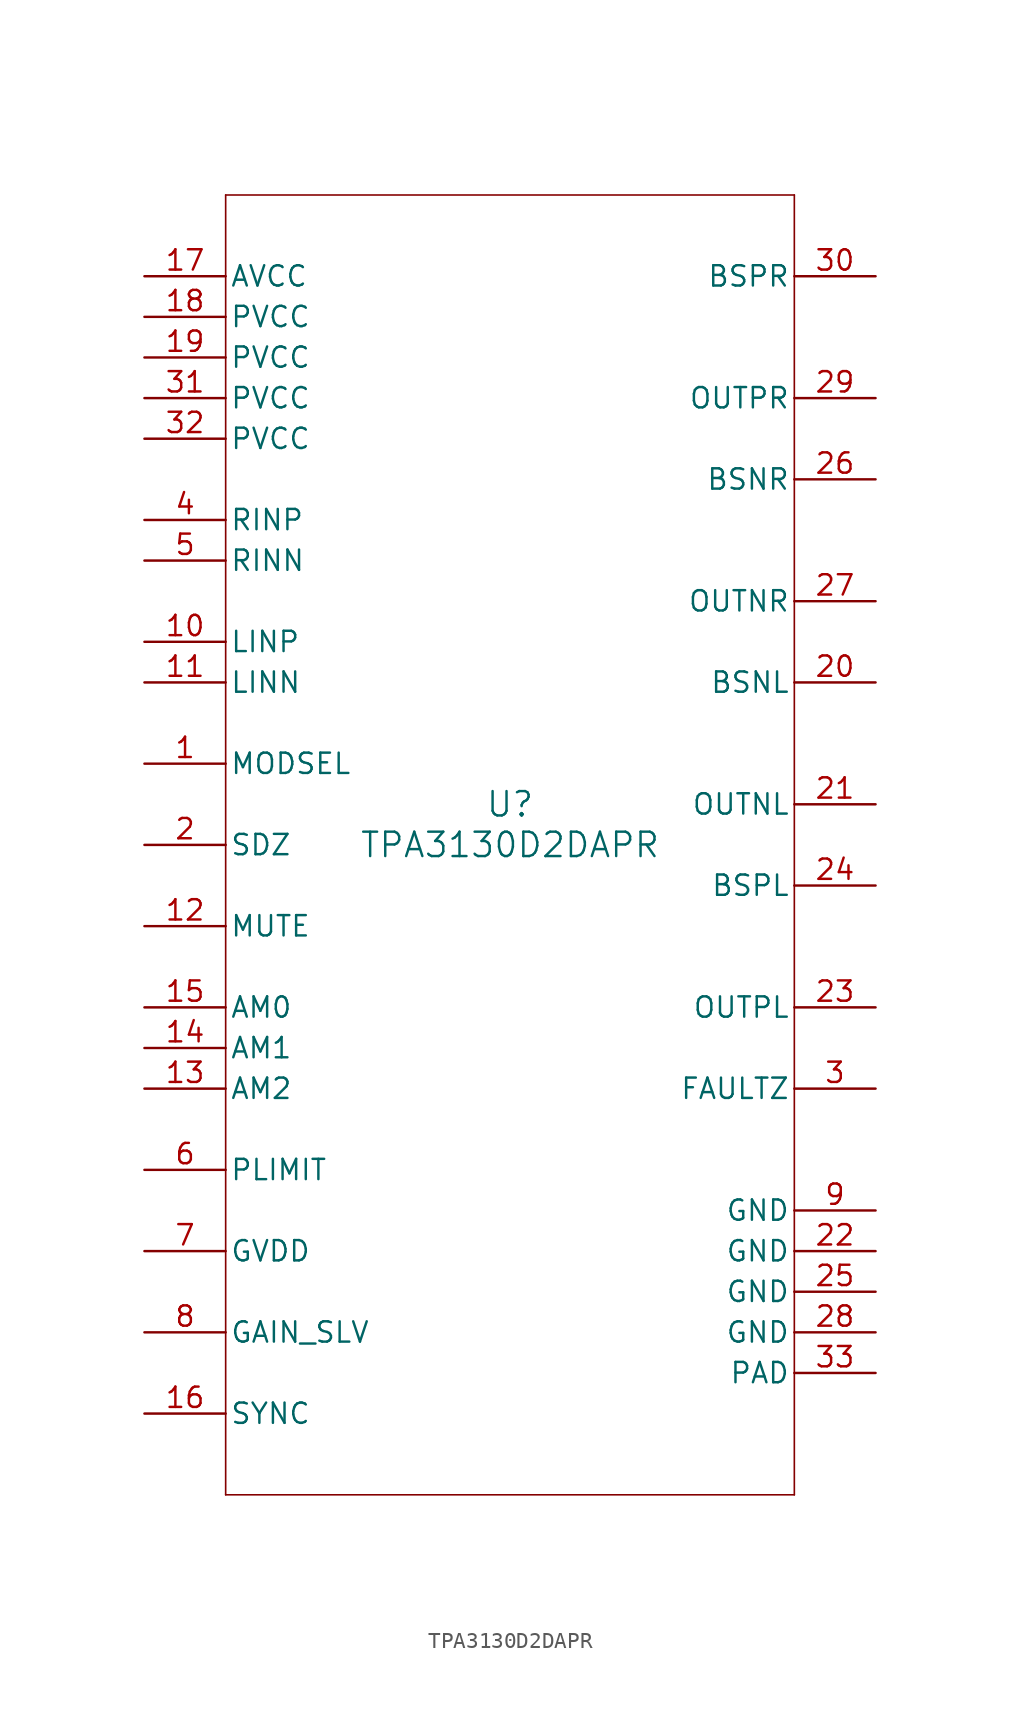
<source format=kicad_sym>
(kicad_symbol_lib
  (version 20211014)
  (generator kicad_symbol_editor)
  (symbol "TPA3130D2DAPR"
    (pin_names
      (offset 0.254))
    (property "Reference" "U"
      (at 0 2.54 0)
      (effects (font (size 1.524 1.524))))
    (property "Value" "TPA3130D2DAPR"
      (at 0 0 0)
      (effects (font (size 1.524 1.524))))
    (symbol "TPA3130D2DAPR_0_1"
      (polyline (pts (xy -17.78 -40.64) (xy 17.78 -40.64)) (stroke (width 0.102) (type default) (color 0 0 0 0)) (fill (type none)))
      (polyline (pts (xy 17.78 -40.64) (xy 17.78 40.64)) (stroke (width 0.102) (type default) (color 0 0 0 0)) (fill (type none)))
      (polyline (pts (xy 17.78 40.64) (xy -17.78 40.64)) (stroke (width 0.102) (type default) (color 0 0 0 0)) (fill (type none)))
      (polyline (pts (xy -17.78 40.64) (xy -17.78 -40.64)) (stroke (width 0.102) (type default) (color 0 0 0 0)) (fill (type none)))
      (pin input line (at -22.86 5.08 0) (length 5.08) (name "MODSEL" (effects (font (size 1.27 1.27)))) (number "1" (effects (font (size 1.27 1.27)))))
      (pin input line (at -22.86 0 0) (length 5.08) (name "SDZ" (effects (font (size 1.27 1.27)))) (number "2" (effects (font (size 1.27 1.27)))))
      (pin open_collector line (at 22.86 -15.24 180) (length 5.08) (name "FAULTZ" (effects (font (size 1.27 1.27)))) (number "3" (effects (font (size 1.27 1.27)))))
      (pin input line (at -22.86 20.32 0) (length 5.08) (name "RINP" (effects (font (size 1.27 1.27)))) (number "4" (effects (font (size 1.27 1.27)))))
      (pin input line (at -22.86 17.78 0) (length 5.08) (name "RINN" (effects (font (size 1.27 1.27)))) (number "5" (effects (font (size 1.27 1.27)))))
      (pin input line (at -22.86 -20.32 0) (length 5.08) (name "PLIMIT" (effects (font (size 1.27 1.27)))) (number "6" (effects (font (size 1.27 1.27)))))
      (pin unspecified line (at -22.86 -25.4 0) (length 5.08) (name "GVDD" (effects (font (size 1.27 1.27)))) (number "7" (effects (font (size 1.27 1.27)))))
      (pin input line (at -22.86 -30.48 0) (length 5.08) (name "GAIN_SLV" (effects (font (size 1.27 1.27)))) (number "8" (effects (font (size 1.27 1.27)))))
      (pin power_in line (at 22.86 -22.86 180) (length 5.08) (name "GND" (effects (font (size 1.27 1.27)))) (number "9" (effects (font (size 1.27 1.27)))))
      (pin input line (at -22.86 12.7 0) (length 5.08) (name "LINP" (effects (font (size 1.27 1.27)))) (number "10" (effects (font (size 1.27 1.27)))))
      (pin input line (at -22.86 10.16 0) (length 5.08) (name "LINN" (effects (font (size 1.27 1.27)))) (number "11" (effects (font (size 1.27 1.27)))))
      (pin input line (at -22.86 -5.08 0) (length 5.08) (name "MUTE" (effects (font (size 1.27 1.27)))) (number "12" (effects (font (size 1.27 1.27)))))
      (pin input line (at -22.86 -15.24 0) (length 5.08) (name "AM2" (effects (font (size 1.27 1.27)))) (number "13" (effects (font (size 1.27 1.27)))))
      (pin input line (at -22.86 -12.7 0) (length 5.08) (name "AM1" (effects (font (size 1.27 1.27)))) (number "14" (effects (font (size 1.27 1.27)))))
      (pin input line (at -22.86 -10.16 0) (length 5.08) (name "AM0" (effects (font (size 1.27 1.27)))) (number "15" (effects (font (size 1.27 1.27)))))
      (pin bidirectional line (at -22.86 -35.56 0) (length 5.08) (name "SYNC" (effects (font (size 1.27 1.27)))) (number "16" (effects (font (size 1.27 1.27)))))
      (pin power_in line (at -22.86 35.56 0) (length 5.08) (name "AVCC" (effects (font (size 1.27 1.27)))) (number "17" (effects (font (size 1.27 1.27)))))
      (pin power_in line (at -22.86 33.02 0) (length 5.08) (name "PVCC" (effects (font (size 1.27 1.27)))) (number "18" (effects (font (size 1.27 1.27)))))
      (pin power_in line (at -22.86 30.48 0) (length 5.08) (name "PVCC" (effects (font (size 1.27 1.27)))) (number "19" (effects (font (size 1.27 1.27)))))
      (pin unspecified line (at 22.86 10.16 180) (length 5.08) (name "BSNL" (effects (font (size 1.27 1.27)))) (number "20" (effects (font (size 1.27 1.27)))))
      (pin tri_state line (at 22.86 2.54 180) (length 5.08) (name "OUTNL" (effects (font (size 1.27 1.27)))) (number "21" (effects (font (size 1.27 1.27)))))
      (pin power_in line (at 22.86 -25.4 180) (length 5.08) (name "GND" (effects (font (size 1.27 1.27)))) (number "22" (effects (font (size 1.27 1.27)))))
      (pin tri_state line (at 22.86 -10.16 180) (length 5.08) (name "OUTPL" (effects (font (size 1.27 1.27)))) (number "23" (effects (font (size 1.27 1.27)))))
      (pin unspecified line (at 22.86 -2.54 180) (length 5.08) (name "BSPL" (effects (font (size 1.27 1.27)))) (number "24" (effects (font (size 1.27 1.27)))))
      (pin power_in line (at 22.86 -27.94 180) (length 5.08) (name "GND" (effects (font (size 1.27 1.27)))) (number "25" (effects (font (size 1.27 1.27)))))
      (pin unspecified line (at 22.86 22.86 180) (length 5.08) (name "BSNR" (effects (font (size 1.27 1.27)))) (number "26" (effects (font (size 1.27 1.27)))))
      (pin tri_state line (at 22.86 15.24 180) (length 5.08) (name "OUTNR" (effects (font (size 1.27 1.27)))) (number "27" (effects (font (size 1.27 1.27)))))
      (pin power_in line (at 22.86 -30.48 180) (length 5.08) (name "GND" (effects (font (size 1.27 1.27)))) (number "28" (effects (font (size 1.27 1.27)))))
      (pin tri_state line (at 22.86 27.94 180) (length 5.08) (name "OUTPR" (effects (font (size 1.27 1.27)))) (number "29" (effects (font (size 1.27 1.27)))))
      (pin unspecified line (at 22.86 35.56 180) (length 5.08) (name "BSPR" (effects (font (size 1.27 1.27)))) (number "30" (effects (font (size 1.27 1.27)))))
      (pin power_in line (at -22.86 27.94 0) (length 5.08) (name "PVCC" (effects (font (size 1.27 1.27)))) (number "31" (effects (font (size 1.27 1.27)))))
      (pin power_in line (at -22.86 25.4 0) (length 5.08) (name "PVCC" (effects (font (size 1.27 1.27)))) (number "32" (effects (font (size 1.27 1.27)))))
      (pin power_in line (at 22.86 -33.02 180) (length 5.08) (name "PAD" (effects (font (size 1.27 1.27)))) (number "33" (effects (font (size 1.27 1.27))))))))
</source>
